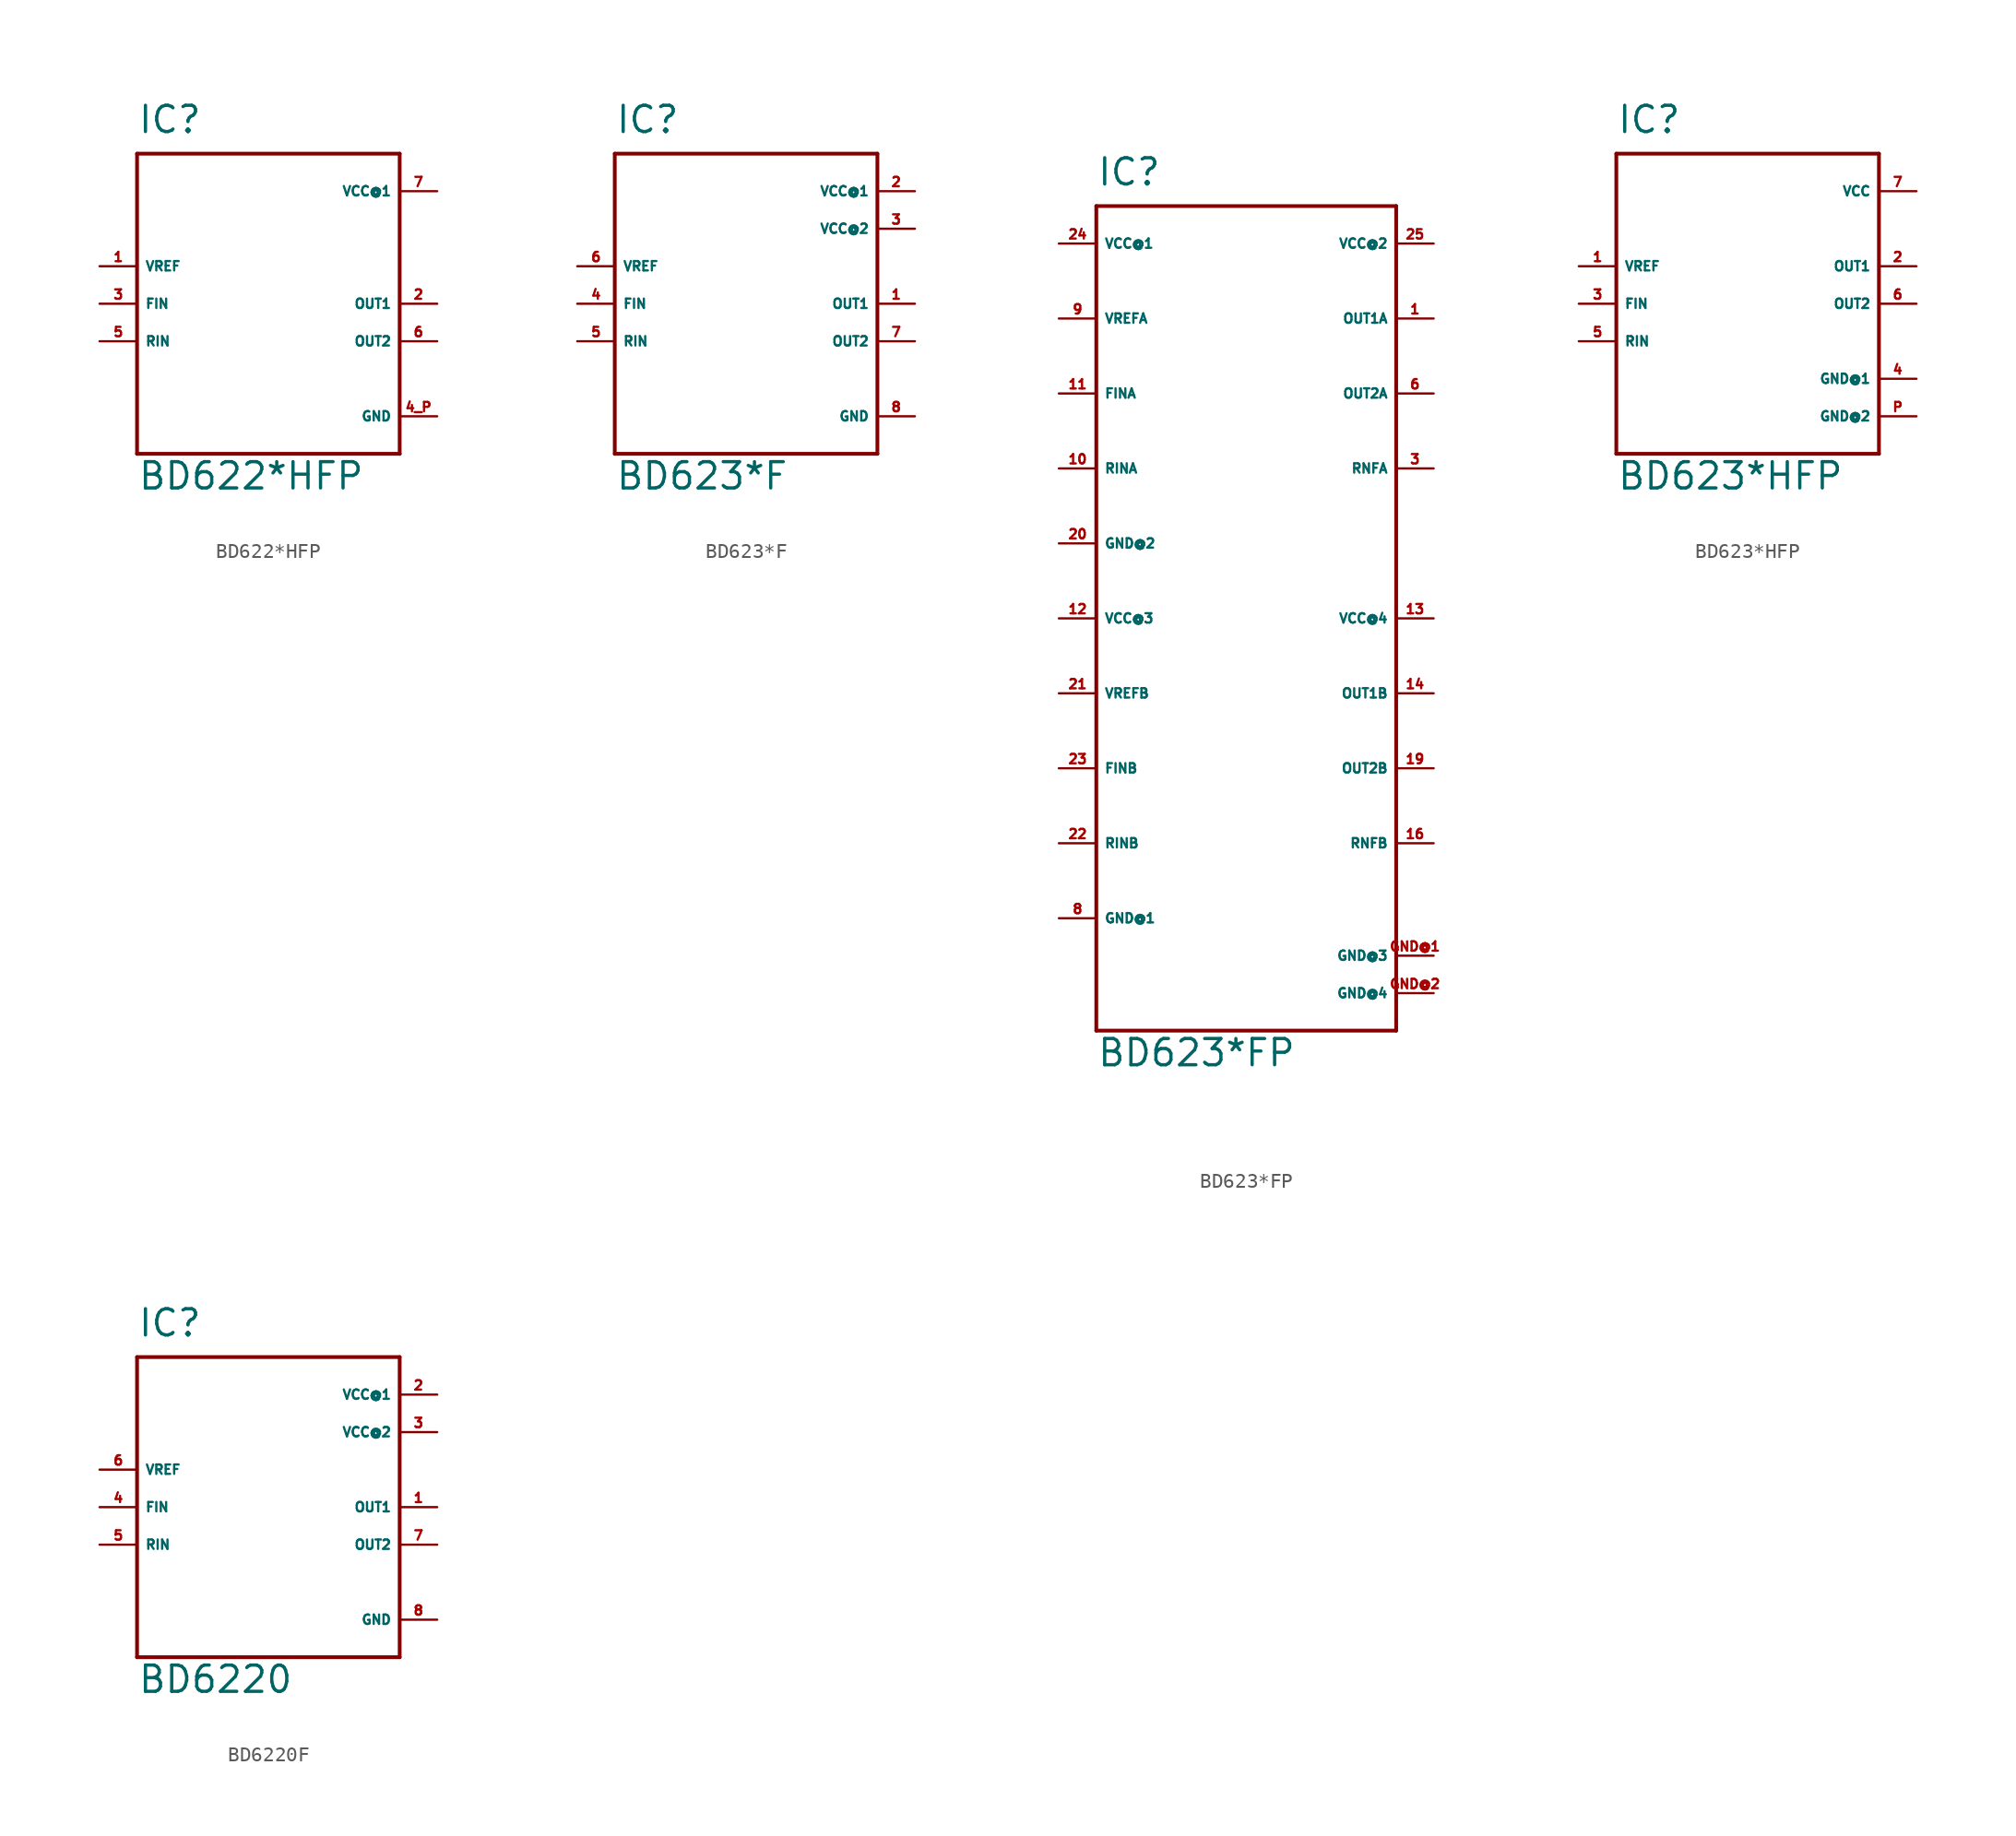
<source format=kicad_sym>
(kicad_symbol_lib
  (version 20220914)
  (generator Eagle2Kicad)
  (symbol "BD622*HFP"
    (property "Reference" "IC"
      (at -7.62 11.43 0)
      (effects (font (size 1.778 1.778) (thickness 0.22)) (justify left bottom)))
    (property "Value" "BD622*HFP"
      (at -7.62 -12.7 0)
      (effects (font (size 1.778 1.778) (thickness 0.22)) (justify left bottom)))
    (polyline
      (pts (xy -7.62 10.16) (xy 10.16 10.16))
      (stroke (width 0.254) (type default))
      (fill (type none)))
    (polyline
      (pts (xy 10.16 10.16) (xy 10.16 -10.16))
      (stroke (width 0.254) (type default))
      (fill (type none)))
    (polyline
      (pts (xy 10.16 -10.16) (xy -7.62 -10.16))
      (stroke (width 0.254) (type default))
      (fill (type none)))
    (polyline
      (pts (xy -7.62 -10.16) (xy -7.62 10.16))
      (stroke (width 0.254) (type default))
      (fill (type none)))
    (pin output line
      (at 12.7 0 180)
      (length 2.54)
      (name "OUT1" (effects (font (size 0.635 0.635) (thickness 0.08)) (justify left bottom)))
      (number "2" (effects (font (size 0.635 0.635) (thickness 0.08)) (justify left bottom))))
    (pin output line
      (at 12.7 -2.54 180)
      (length 2.54)
      (name "OUT2" (effects (font (size 0.635 0.635) (thickness 0.08)) (justify left bottom)))
      (number "6" (effects (font (size 0.635 0.635) (thickness 0.08)) (justify left bottom))))
    (pin input line
      (at -10.16 0 0)
      (length 2.54)
      (name "FIN" (effects (font (size 0.635 0.635) (thickness 0.08)) (justify left bottom)))
      (number "3" (effects (font (size 0.635 0.635) (thickness 0.08)) (justify left bottom))))
    (pin input line
      (at -10.16 -2.54 0)
      (length 2.54)
      (name "RIN" (effects (font (size 0.635 0.635) (thickness 0.08)) (justify left bottom)))
      (number "5" (effects (font (size 0.635 0.635) (thickness 0.08)) (justify left bottom))))
    (pin passive line
      (at -10.16 2.54 0)
      (length 2.54)
      (name "VREF" (effects (font (size 0.635 0.635) (thickness 0.08)) (justify left bottom)))
      (number "1" (effects (font (size 0.635 0.635) (thickness 0.08)) (justify left bottom))))
    (pin unspecified line
      (at 12.7 7.62 180)
      (length 2.54)
      (name "VCC@1" (effects (font (size 0.635 0.635) (thickness 0.08)) (justify left bottom)))
      (number "7" (effects (font (size 0.635 0.635) (thickness 0.08)) (justify left bottom))))
    (pin unspecified line
      (at 12.7 -7.62 180)
      (length 2.54)
      (name "GND" (effects (font (size 0.635 0.635) (thickness 0.08)) (justify left bottom)))
      (number "4 P" (effects (font (size 0.635 0.635) (thickness 0.08)) (justify left bottom)))))
  (symbol "BD623*F"
    (property "Reference" "IC"
      (at -7.62 11.43 0)
      (effects (font (size 1.778 1.778) (thickness 0.22)) (justify left bottom)))
    (property "Value" "BD623*F"
      (at -7.62 -12.7 0)
      (effects (font (size 1.778 1.778) (thickness 0.22)) (justify left bottom)))
    (polyline
      (pts (xy -7.62 10.16) (xy 10.16 10.16))
      (stroke (width 0.254) (type default))
      (fill (type none)))
    (polyline
      (pts (xy 10.16 10.16) (xy 10.16 -10.16))
      (stroke (width 0.254) (type default))
      (fill (type none)))
    (polyline
      (pts (xy 10.16 -10.16) (xy -7.62 -10.16))
      (stroke (width 0.254) (type default))
      (fill (type none)))
    (polyline
      (pts (xy -7.62 -10.16) (xy -7.62 10.16))
      (stroke (width 0.254) (type default))
      (fill (type none)))
    (pin output line
      (at 12.7 0 180)
      (length 2.54)
      (name "OUT1" (effects (font (size 0.635 0.635) (thickness 0.08)) (justify left bottom)))
      (number "1" (effects (font (size 0.635 0.635) (thickness 0.08)) (justify left bottom))))
    (pin output line
      (at 12.7 -2.54 180)
      (length 2.54)
      (name "OUT2" (effects (font (size 0.635 0.635) (thickness 0.08)) (justify left bottom)))
      (number "7" (effects (font (size 0.635 0.635) (thickness 0.08)) (justify left bottom))))
    (pin input line
      (at -10.16 0 0)
      (length 2.54)
      (name "FIN" (effects (font (size 0.635 0.635) (thickness 0.08)) (justify left bottom)))
      (number "4" (effects (font (size 0.635 0.635) (thickness 0.08)) (justify left bottom))))
    (pin input line
      (at -10.16 -2.54 0)
      (length 2.54)
      (name "RIN" (effects (font (size 0.635 0.635) (thickness 0.08)) (justify left bottom)))
      (number "5" (effects (font (size 0.635 0.635) (thickness 0.08)) (justify left bottom))))
    (pin passive line
      (at -10.16 2.54 0)
      (length 2.54)
      (name "VREF" (effects (font (size 0.635 0.635) (thickness 0.08)) (justify left bottom)))
      (number "6" (effects (font (size 0.635 0.635) (thickness 0.08)) (justify left bottom))))
    (pin unspecified line
      (at 12.7 7.62 180)
      (length 2.54)
      (name "VCC@1" (effects (font (size 0.635 0.635) (thickness 0.08)) (justify left bottom)))
      (number "2" (effects (font (size 0.635 0.635) (thickness 0.08)) (justify left bottom))))
    (pin unspecified line
      (at 12.7 5.08 180)
      (length 2.54)
      (name "VCC@2" (effects (font (size 0.635 0.635) (thickness 0.08)) (justify left bottom)))
      (number "3" (effects (font (size 0.635 0.635) (thickness 0.08)) (justify left bottom))))
    (pin unspecified line
      (at 12.7 -7.62 180)
      (length 2.54)
      (name "GND" (effects (font (size 0.635 0.635) (thickness 0.08)) (justify left bottom)))
      (number "8" (effects (font (size 0.635 0.635) (thickness 0.08)) (justify left bottom)))))
  (symbol "BD623*FP"
    (property "Reference" "IC"
      (at -10.16 26.67 0)
      (effects (font (size 1.778 1.778) (thickness 0.22)) (justify left bottom)))
    (property "Value" "BD623*FP"
      (at -10.16 -33.02 0)
      (effects (font (size 1.778 1.778) (thickness 0.22)) (justify left bottom)))
    (polyline
      (pts (xy -10.16 25.4) (xy 10.16 25.4))
      (stroke (width 0.254) (type default))
      (fill (type none)))
    (polyline
      (pts (xy 10.16 25.4) (xy 10.16 -30.48))
      (stroke (width 0.254) (type default))
      (fill (type none)))
    (polyline
      (pts (xy 10.16 -30.48) (xy -10.16 -30.48))
      (stroke (width 0.254) (type default))
      (fill (type none)))
    (polyline
      (pts (xy -10.16 -30.48) (xy -10.16 25.4))
      (stroke (width 0.254) (type default))
      (fill (type none)))
    (pin output line
      (at 12.7 17.78 180)
      (length 2.54)
      (name "OUT1A" (effects (font (size 0.635 0.635) (thickness 0.08)) (justify left bottom)))
      (number "1" (effects (font (size 0.635 0.635) (thickness 0.08)) (justify left bottom))))
    (pin output line
      (at 12.7 12.7 180)
      (length 2.54)
      (name "OUT2A" (effects (font (size 0.635 0.635) (thickness 0.08)) (justify left bottom)))
      (number "6" (effects (font (size 0.635 0.635) (thickness 0.08)) (justify left bottom))))
    (pin input line
      (at -12.7 12.7 0)
      (length 2.54)
      (name "FINA" (effects (font (size 0.635 0.635) (thickness 0.08)) (justify left bottom)))
      (number "11" (effects (font (size 0.635 0.635) (thickness 0.08)) (justify left bottom))))
    (pin input line
      (at -12.7 7.62 0)
      (length 2.54)
      (name "RINA" (effects (font (size 0.635 0.635) (thickness 0.08)) (justify left bottom)))
      (number "10" (effects (font (size 0.635 0.635) (thickness 0.08)) (justify left bottom))))
    (pin passive line
      (at -12.7 17.78 0)
      (length 2.54)
      (name "VREFA" (effects (font (size 0.635 0.635) (thickness 0.08)) (justify left bottom)))
      (number "9" (effects (font (size 0.635 0.635) (thickness 0.08)) (justify left bottom))))
    (pin unspecified line
      (at -12.7 22.86 0)
      (length 2.54)
      (name "VCC@1" (effects (font (size 0.635 0.635) (thickness 0.08)) (justify left bottom)))
      (number "24" (effects (font (size 0.635 0.635) (thickness 0.08)) (justify left bottom))))
    (pin unspecified line
      (at -12.7 2.54 0)
      (length 2.54)
      (name "GND@2" (effects (font (size 0.635 0.635) (thickness 0.08)) (justify left bottom)))
      (number "20" (effects (font (size 0.635 0.635) (thickness 0.08)) (justify left bottom))))
    (pin unspecified line
      (at -12.7 -22.86 0)
      (length 2.54)
      (name "GND@1" (effects (font (size 0.635 0.635) (thickness 0.08)) (justify left bottom)))
      (number "8" (effects (font (size 0.635 0.635) (thickness 0.08)) (justify left bottom))))
    (pin unspecified line
      (at 12.7 22.86 180)
      (length 2.54)
      (name "VCC@2" (effects (font (size 0.635 0.635) (thickness 0.08)) (justify left bottom)))
      (number "25" (effects (font (size 0.635 0.635) (thickness 0.08)) (justify left bottom))))
    (pin passive line
      (at 12.7 7.62 180)
      (length 2.54)
      (name "RNFA" (effects (font (size 0.635 0.635) (thickness 0.08)) (justify left bottom)))
      (number "3" (effects (font (size 0.635 0.635) (thickness 0.08)) (justify left bottom))))
    (pin unspecified line
      (at 12.7 -25.4 180)
      (length 2.54)
      (name "GND@3" (effects (font (size 0.635 0.635) (thickness 0.08)) (justify left bottom)))
      (number "GND@1" (effects (font (size 0.635 0.635) (thickness 0.08)) (justify left bottom))))
    (pin output line
      (at 12.7 -7.62 180)
      (length 2.54)
      (name "OUT1B" (effects (font (size 0.635 0.635) (thickness 0.08)) (justify left bottom)))
      (number "14" (effects (font (size 0.635 0.635) (thickness 0.08)) (justify left bottom))))
    (pin output line
      (at 12.7 -12.7 180)
      (length 2.54)
      (name "OUT2B" (effects (font (size 0.635 0.635) (thickness 0.08)) (justify left bottom)))
      (number "19" (effects (font (size 0.635 0.635) (thickness 0.08)) (justify left bottom))))
    (pin input line
      (at -12.7 -12.7 0)
      (length 2.54)
      (name "FINB" (effects (font (size 0.635 0.635) (thickness 0.08)) (justify left bottom)))
      (number "23" (effects (font (size 0.635 0.635) (thickness 0.08)) (justify left bottom))))
    (pin input line
      (at -12.7 -17.78 0)
      (length 2.54)
      (name "RINB" (effects (font (size 0.635 0.635) (thickness 0.08)) (justify left bottom)))
      (number "22" (effects (font (size 0.635 0.635) (thickness 0.08)) (justify left bottom))))
    (pin passive line
      (at -12.7 -7.62 0)
      (length 2.54)
      (name "VREFB" (effects (font (size 0.635 0.635) (thickness 0.08)) (justify left bottom)))
      (number "21" (effects (font (size 0.635 0.635) (thickness 0.08)) (justify left bottom))))
    (pin unspecified line
      (at -12.7 -2.54 0)
      (length 2.54)
      (name "VCC@3" (effects (font (size 0.635 0.635) (thickness 0.08)) (justify left bottom)))
      (number "12" (effects (font (size 0.635 0.635) (thickness 0.08)) (justify left bottom))))
    (pin unspecified line
      (at 12.7 -2.54 180)
      (length 2.54)
      (name "VCC@4" (effects (font (size 0.635 0.635) (thickness 0.08)) (justify left bottom)))
      (number "13" (effects (font (size 0.635 0.635) (thickness 0.08)) (justify left bottom))))
    (pin passive line
      (at 12.7 -17.78 180)
      (length 2.54)
      (name "RNFB" (effects (font (size 0.635 0.635) (thickness 0.08)) (justify left bottom)))
      (number "16" (effects (font (size 0.635 0.635) (thickness 0.08)) (justify left bottom))))
    (pin unspecified line
      (at 12.7 -27.94 180)
      (length 2.54)
      (name "GND@4" (effects (font (size 0.635 0.635) (thickness 0.08)) (justify left bottom)))
      (number "GND@2" (effects (font (size 0.635 0.635) (thickness 0.08)) (justify left bottom)))))
  (symbol "BD623*HFP"
    (property "Reference" "IC"
      (at -7.62 11.43 0)
      (effects (font (size 1.778 1.778) (thickness 0.22)) (justify left bottom)))
    (property "Value" "BD623*HFP"
      (at -7.62 -12.7 0)
      (effects (font (size 1.778 1.778) (thickness 0.22)) (justify left bottom)))
    (polyline
      (pts (xy -7.62 10.16) (xy 10.16 10.16))
      (stroke (width 0.254) (type default))
      (fill (type none)))
    (polyline
      (pts (xy 10.16 10.16) (xy 10.16 -10.16))
      (stroke (width 0.254) (type default))
      (fill (type none)))
    (polyline
      (pts (xy 10.16 -10.16) (xy -7.62 -10.16))
      (stroke (width 0.254) (type default))
      (fill (type none)))
    (polyline
      (pts (xy -7.62 -10.16) (xy -7.62 10.16))
      (stroke (width 0.254) (type default))
      (fill (type none)))
    (pin output line
      (at 12.7 2.54 180)
      (length 2.54)
      (name "OUT1" (effects (font (size 0.635 0.635) (thickness 0.08)) (justify left bottom)))
      (number "2" (effects (font (size 0.635 0.635) (thickness 0.08)) (justify left bottom))))
    (pin output line
      (at 12.7 0 180)
      (length 2.54)
      (name "OUT2" (effects (font (size 0.635 0.635) (thickness 0.08)) (justify left bottom)))
      (number "6" (effects (font (size 0.635 0.635) (thickness 0.08)) (justify left bottom))))
    (pin input line
      (at -10.16 0 0)
      (length 2.54)
      (name "FIN" (effects (font (size 0.635 0.635) (thickness 0.08)) (justify left bottom)))
      (number "3" (effects (font (size 0.635 0.635) (thickness 0.08)) (justify left bottom))))
    (pin input line
      (at -10.16 -2.54 0)
      (length 2.54)
      (name "RIN" (effects (font (size 0.635 0.635) (thickness 0.08)) (justify left bottom)))
      (number "5" (effects (font (size 0.635 0.635) (thickness 0.08)) (justify left bottom))))
    (pin passive line
      (at -10.16 2.54 0)
      (length 2.54)
      (name "VREF" (effects (font (size 0.635 0.635) (thickness 0.08)) (justify left bottom)))
      (number "1" (effects (font (size 0.635 0.635) (thickness 0.08)) (justify left bottom))))
    (pin unspecified line
      (at 12.7 7.62 180)
      (length 2.54)
      (name "VCC" (effects (font (size 0.635 0.635) (thickness 0.08)) (justify left bottom)))
      (number "7" (effects (font (size 0.635 0.635) (thickness 0.08)) (justify left bottom))))
    (pin unspecified line
      (at 12.7 -7.62 180)
      (length 2.54)
      (name "GND@2" (effects (font (size 0.635 0.635) (thickness 0.08)) (justify left bottom)))
      (number "P" (effects (font (size 0.635 0.635) (thickness 0.08)) (justify left bottom))))
    (pin unspecified line
      (at 12.7 -5.08 180)
      (length 2.54)
      (name "GND@1" (effects (font (size 0.635 0.635) (thickness 0.08)) (justify left bottom)))
      (number "4" (effects (font (size 0.635 0.635) (thickness 0.08)) (justify left bottom)))))
  (symbol "BD6220F"
    (property "Reference" "IC"
      (at -7.62 11.43 0)
      (effects (font (size 1.778 1.778) (thickness 0.22)) (justify left bottom)))
    (property "Value" "BD6220"
      (at -7.62 -12.7 0)
      (effects (font (size 1.778 1.778) (thickness 0.22)) (justify left bottom)))
    (polyline
      (pts (xy -7.62 10.16) (xy 10.16 10.16))
      (stroke (width 0.254) (type default))
      (fill (type none)))
    (polyline
      (pts (xy 10.16 10.16) (xy 10.16 -10.16))
      (stroke (width 0.254) (type default))
      (fill (type none)))
    (polyline
      (pts (xy 10.16 -10.16) (xy -7.62 -10.16))
      (stroke (width 0.254) (type default))
      (fill (type none)))
    (polyline
      (pts (xy -7.62 -10.16) (xy -7.62 10.16))
      (stroke (width 0.254) (type default))
      (fill (type none)))
    (pin output line
      (at 12.7 0 180)
      (length 2.54)
      (name "OUT1" (effects (font (size 0.635 0.635) (thickness 0.08)) (justify left bottom)))
      (number "1" (effects (font (size 0.635 0.635) (thickness 0.08)) (justify left bottom))))
    (pin output line
      (at 12.7 -2.54 180)
      (length 2.54)
      (name "OUT2" (effects (font (size 0.635 0.635) (thickness 0.08)) (justify left bottom)))
      (number "7" (effects (font (size 0.635 0.635) (thickness 0.08)) (justify left bottom))))
    (pin input line
      (at -10.16 0 0)
      (length 2.54)
      (name "FIN" (effects (font (size 0.635 0.635) (thickness 0.08)) (justify left bottom)))
      (number "4" (effects (font (size 0.635 0.635) (thickness 0.08)) (justify left bottom))))
    (pin input line
      (at -10.16 -2.54 0)
      (length 2.54)
      (name "RIN" (effects (font (size 0.635 0.635) (thickness 0.08)) (justify left bottom)))
      (number "5" (effects (font (size 0.635 0.635) (thickness 0.08)) (justify left bottom))))
    (pin passive line
      (at -10.16 2.54 0)
      (length 2.54)
      (name "VREF" (effects (font (size 0.635 0.635) (thickness 0.08)) (justify left bottom)))
      (number "6" (effects (font (size 0.635 0.635) (thickness 0.08)) (justify left bottom))))
    (pin unspecified line
      (at 12.7 7.62 180)
      (length 2.54)
      (name "VCC@1" (effects (font (size 0.635 0.635) (thickness 0.08)) (justify left bottom)))
      (number "2" (effects (font (size 0.635 0.635) (thickness 0.08)) (justify left bottom))))
    (pin unspecified line
      (at 12.7 5.08 180)
      (length 2.54)
      (name "VCC@2" (effects (font (size 0.635 0.635) (thickness 0.08)) (justify left bottom)))
      (number "3" (effects (font (size 0.635 0.635) (thickness 0.08)) (justify left bottom))))
    (pin unspecified line
      (at 12.7 -7.62 180)
      (length 2.54)
      (name "GND" (effects (font (size 0.635 0.635) (thickness 0.08)) (justify left bottom)))
      (number "8" (effects (font (size 0.635 0.635) (thickness 0.08)) (justify left bottom))))))
</source>
